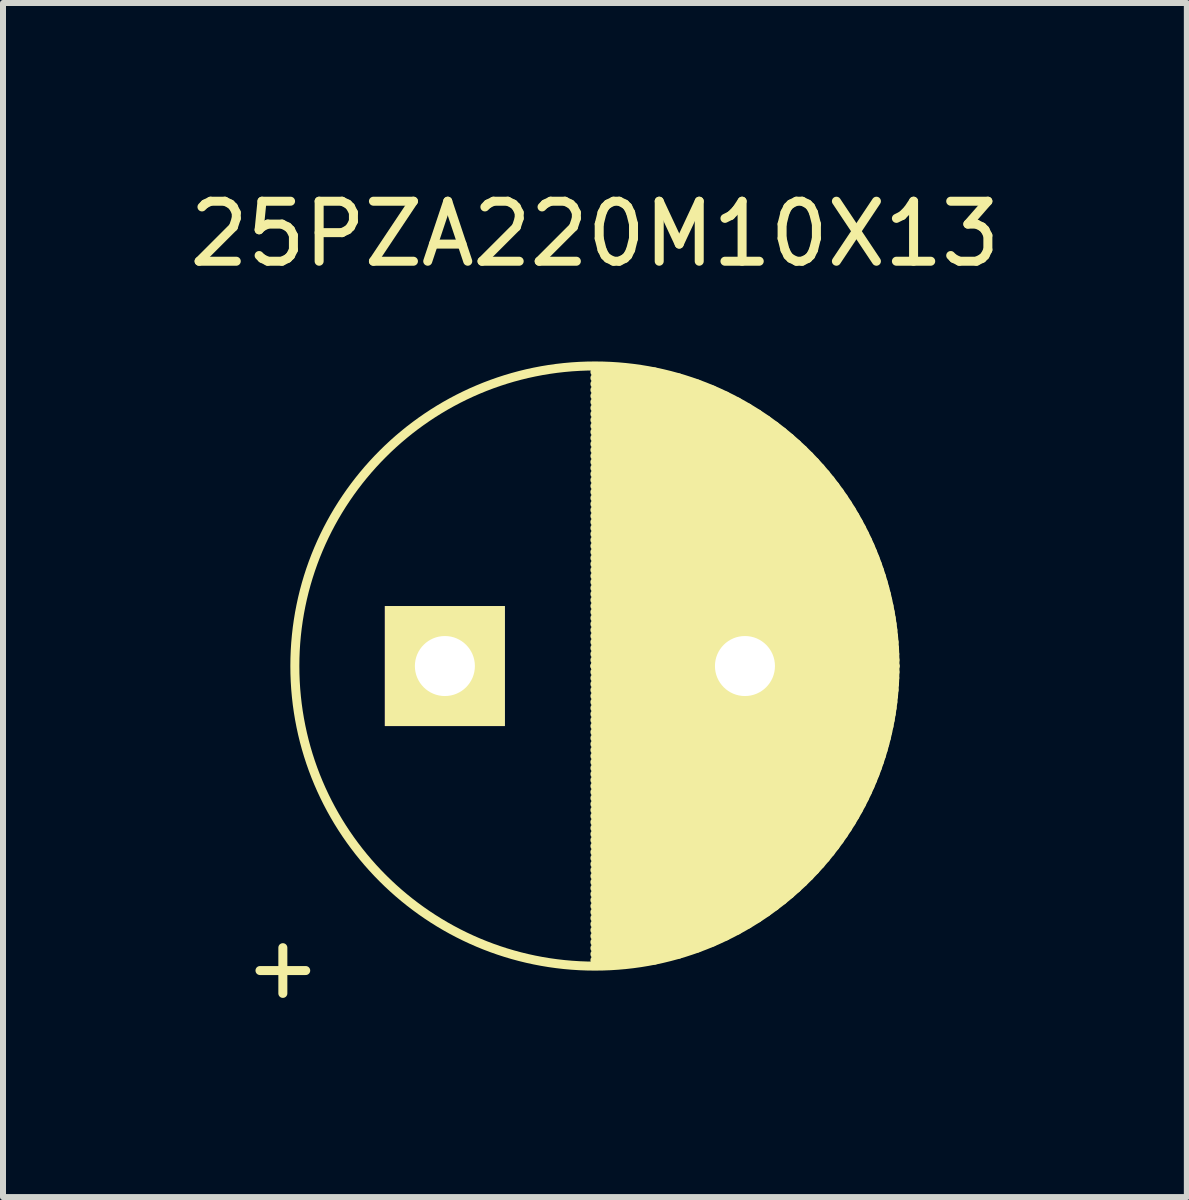
<source format=kicad_pcb>
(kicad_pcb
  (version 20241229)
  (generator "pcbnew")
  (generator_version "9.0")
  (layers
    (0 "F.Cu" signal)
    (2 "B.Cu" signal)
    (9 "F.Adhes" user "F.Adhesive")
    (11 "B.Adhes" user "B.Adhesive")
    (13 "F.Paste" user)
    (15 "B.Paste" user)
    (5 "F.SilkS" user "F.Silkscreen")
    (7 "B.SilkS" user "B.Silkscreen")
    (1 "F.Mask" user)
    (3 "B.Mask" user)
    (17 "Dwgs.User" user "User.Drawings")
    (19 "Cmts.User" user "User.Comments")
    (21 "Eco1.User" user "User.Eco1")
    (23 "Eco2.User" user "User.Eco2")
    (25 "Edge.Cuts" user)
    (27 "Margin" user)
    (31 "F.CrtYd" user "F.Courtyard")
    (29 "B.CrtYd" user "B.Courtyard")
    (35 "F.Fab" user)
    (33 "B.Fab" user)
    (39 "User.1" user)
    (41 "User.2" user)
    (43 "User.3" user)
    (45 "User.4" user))
  (footprint "25PZA220M10X13"
    (layer "F.Cu")
    (at 4.363 8.048)
    (property "Reference" "25PZA220M10X13" (at 2.5 -7.2 0) (layer "F.SilkS") (effects (font (size 1 1) (thickness 0.15))))
    (attr through_hole)
    (fp_line (start 2.5 -4.9) (end 3.495 -4.9) (stroke (width 0.15) (type solid)) (layer "F.SilkS"))
    (fp_line (start 2.5 -4.8) (end 3.9 -4.8) (stroke (width 0.15) (type solid)) (layer "F.SilkS"))
    (fp_line (start 2.5 -4.7) (end 4.206 -4.7) (stroke (width 0.15) (type solid)) (layer "F.SilkS"))
    (fp_line (start 2.5 -4.6) (end 4.46 -4.6) (stroke (width 0.15) (type solid)) (layer "F.SilkS"))
    (fp_line (start 2.5 -4.5) (end 4.679 -4.5) (stroke (width 0.15) (type solid)) (layer "F.SilkS"))
    (fp_line (start 2.5 -4.4) (end 4.875 -4.4) (stroke (width 0.15) (type solid)) (layer "F.SilkS"))
    (fp_line (start 2.5 -4.3) (end 5.051 -4.3) (stroke (width 0.15) (type solid)) (layer "F.SilkS"))
    (fp_line (start 2.5 -4.2) (end 5.213 -4.2) (stroke (width 0.15) (type solid)) (layer "F.SilkS"))
    (fp_line (start 2.5 -4.1) (end 5.362 -4.1) (stroke (width 0.15) (type solid)) (layer "F.SilkS"))
    (fp_line (start 2.5 -4) (end 5.5 -4) (stroke (width 0.15) (type solid)) (layer "F.SilkS"))
    (fp_line (start 2.5 -3.9) (end 5.629 -3.9) (stroke (width 0.15) (type solid)) (layer "F.SilkS"))
    (fp_line (start 2.5 -3.8) (end 5.75 -3.8) (stroke (width 0.15) (type solid)) (layer "F.SilkS"))
    (fp_line (start 2.5 -3.7) (end 5.863 -3.7) (stroke (width 0.15) (type solid)) (layer "F.SilkS"))
    (fp_line (start 2.5 -3.6) (end 5.97 -3.6) (stroke (width 0.15) (type solid)) (layer "F.SilkS"))
    (fp_line (start 2.5 -3.5) (end 6.071 -3.5) (stroke (width 0.15) (type solid)) (layer "F.SilkS"))
    (fp_line (start 2.5 -3.4) (end 6.166 -3.4) (stroke (width 0.15) (type solid)) (layer "F.SilkS"))
    (fp_line (start 2.5 -3.3) (end 6.256 -3.3) (stroke (width 0.15) (type solid)) (layer "F.SilkS"))
    (fp_line (start 2.5 -3.2) (end 6.342 -3.2) (stroke (width 0.15) (type solid)) (layer "F.SilkS"))
    (fp_line (start 2.5 -3.1) (end 6.423 -3.1) (stroke (width 0.15) (type solid)) (layer "F.SilkS"))
    (fp_line (start 2.5 -3) (end 6.5 -3) (stroke (width 0.15) (type solid)) (layer "F.SilkS"))
    (fp_line (start 2.5 -2.9) (end 6.573 -2.9) (stroke (width 0.15) (type solid)) (layer "F.SilkS"))
    (fp_line (start 2.5 -2.8) (end 6.642 -2.8) (stroke (width 0.15) (type solid)) (layer "F.SilkS"))
    (fp_line (start 2.5 -2.7) (end 6.708 -2.7) (stroke (width 0.15) (type solid)) (layer "F.SilkS"))
    (fp_line (start 2.5 -2.6) (end 6.771 -2.6) (stroke (width 0.15) (type solid)) (layer "F.SilkS"))
    (fp_line (start 2.5 -2.5) (end 6.83 -2.5) (stroke (width 0.15) (type solid)) (layer "F.SilkS"))
    (fp_line (start 2.5 -2.4) (end 6.886 -2.4) (stroke (width 0.15) (type solid)) (layer "F.SilkS"))
    (fp_line (start 2.5 -2.3) (end 6.94 -2.3) (stroke (width 0.15) (type solid)) (layer "F.SilkS"))
    (fp_line (start 2.5 -2.2) (end 6.99 -2.2) (stroke (width 0.15) (type solid)) (layer "F.SilkS"))
    (fp_line (start 2.5 -2.1) (end 7.038 -2.1) (stroke (width 0.15) (type solid)) (layer "F.SilkS"))
    (fp_line (start 2.5 -2) (end 7.083 -2) (stroke (width 0.15) (type solid)) (layer "F.SilkS"))
    (fp_line (start 2.5 -1.9) (end 7.125 -1.9) (stroke (width 0.15) (type solid)) (layer "F.SilkS"))
    (fp_line (start 2.5 -1.8) (end 7.165 -1.8) (stroke (width 0.15) (type solid)) (layer "F.SilkS"))
    (fp_line (start 2.5 -1.7) (end 7.202 -1.7) (stroke (width 0.15) (type solid)) (layer "F.SilkS"))
    (fp_line (start 2.5 -1.6) (end 7.237 -1.6) (stroke (width 0.15) (type solid)) (layer "F.SilkS"))
    (fp_line (start 2.5 -1.5) (end 7.27 -1.5) (stroke (width 0.15) (type solid)) (layer "F.SilkS"))
    (fp_line (start 2.5 -1.4) (end 7.3 -1.4) (stroke (width 0.15) (type solid)) (layer "F.SilkS"))
    (fp_line (start 2.5 -1.3) (end 7.328 -1.3) (stroke (width 0.15) (type solid)) (layer "F.SilkS"))
    (fp_line (start 2.5 -1.2) (end 7.354 -1.2) (stroke (width 0.15) (type solid)) (layer "F.SilkS"))
    (fp_line (start 2.5 -1.1) (end 7.377 -1.1) (stroke (width 0.15) (type solid)) (layer "F.SilkS"))
    (fp_line (start 2.5 -1) (end 7.399 -1) (stroke (width 0.15) (type solid)) (layer "F.SilkS"))
    (fp_line (start 2.5 -0.9) (end 7.418 -0.9) (stroke (width 0.15) (type solid)) (layer "F.SilkS"))
    (fp_line (start 2.5 -0.8) (end 7.436 -0.8) (stroke (width 0.15) (type solid)) (layer "F.SilkS"))
    (fp_line (start 2.5 -0.7) (end 7.451 -0.7) (stroke (width 0.15) (type solid)) (layer "F.SilkS"))
    (fp_line (start 2.5 -0.6) (end 7.464 -0.6) (stroke (width 0.15) (type solid)) (layer "F.SilkS"))
    (fp_line (start 2.5 -0.5) (end 7.475 -0.5) (stroke (width 0.15) (type solid)) (layer "F.SilkS"))
    (fp_line (start 2.5 -0.4) (end 7.484 -0.4) (stroke (width 0.15) (type solid)) (layer "F.SilkS"))
    (fp_line (start 2.5 -0.3) (end 7.491 -0.3) (stroke (width 0.15) (type solid)) (layer "F.SilkS"))
    (fp_line (start 2.5 -0.2) (end 7.496 -0.2) (stroke (width 0.15) (type solid)) (layer "F.SilkS"))
    (fp_line (start 2.5 -0.1) (end 7.499 -0.1) (stroke (width 0.15) (type solid)) (layer "F.SilkS"))
    (fp_line (start 2.5 0) (end 7.5 0) (stroke (width 0.15) (type solid)) (layer "F.SilkS"))
    (fp_line (start 2.5 0) (end 7.5 0) (stroke (width 0.15) (type solid)) (layer "F.SilkS"))
    (fp_line (start 2.5 0.1) (end 7.499 0.1) (stroke (width 0.15) (type solid)) (layer "F.SilkS"))
    (fp_line (start 2.5 0.2) (end 7.496 0.2) (stroke (width 0.15) (type solid)) (layer "F.SilkS"))
    (fp_line (start 2.5 0.3) (end 7.491 0.3) (stroke (width 0.15) (type solid)) (layer "F.SilkS"))
    (fp_line (start 2.5 0.4) (end 7.484 0.4) (stroke (width 0.15) (type solid)) (layer "F.SilkS"))
    (fp_line (start 2.5 0.5) (end 7.475 0.5) (stroke (width 0.15) (type solid)) (layer "F.SilkS"))
    (fp_line (start 2.5 0.6) (end 7.464 0.6) (stroke (width 0.15) (type solid)) (layer "F.SilkS"))
    (fp_line (start 2.5 0.7) (end 7.451 0.7) (stroke (width 0.15) (type solid)) (layer "F.SilkS"))
    (fp_line (start 2.5 0.8) (end 7.436 0.8) (stroke (width 0.15) (type solid)) (layer "F.SilkS"))
    (fp_line (start 2.5 0.9) (end 7.418 0.9) (stroke (width 0.15) (type solid)) (layer "F.SilkS"))
    (fp_line (start 2.5 1) (end 7.399 1) (stroke (width 0.15) (type solid)) (layer "F.SilkS"))
    (fp_line (start 2.5 1.1) (end 7.377 1.1) (stroke (width 0.15) (type solid)) (layer "F.SilkS"))
    (fp_line (start 2.5 1.2) (end 7.354 1.2) (stroke (width 0.15) (type solid)) (layer "F.SilkS"))
    (fp_line (start 2.5 1.3) (end 7.328 1.3) (stroke (width 0.15) (type solid)) (layer "F.SilkS"))
    (fp_line (start 2.5 1.4) (end 7.3 1.4) (stroke (width 0.15) (type solid)) (layer "F.SilkS"))
    (fp_line (start 2.5 1.5) (end 7.27 1.5) (stroke (width 0.15) (type solid)) (layer "F.SilkS"))
    (fp_line (start 2.5 1.6) (end 7.237 1.6) (stroke (width 0.15) (type solid)) (layer "F.SilkS"))
    (fp_line (start 2.5 1.7) (end 7.202 1.7) (stroke (width 0.15) (type solid)) (layer "F.SilkS"))
    (fp_line (start 2.5 1.8) (end 7.165 1.8) (stroke (width 0.15) (type solid)) (layer "F.SilkS"))
    (fp_line (start 2.5 1.9) (end 7.125 1.9) (stroke (width 0.15) (type solid)) (layer "F.SilkS"))
    (fp_line (start 2.5 2) (end 7.083 2) (stroke (width 0.15) (type solid)) (layer "F.SilkS"))
    (fp_line (start 2.5 2.1) (end 7.038 2.1) (stroke (width 0.15) (type solid)) (layer "F.SilkS"))
    (fp_line (start 2.5 2.2) (end 6.99 2.2) (stroke (width 0.15) (type solid)) (layer "F.SilkS"))
    (fp_line (start 2.5 2.3) (end 6.94 2.3) (stroke (width 0.15) (type solid)) (layer "F.SilkS"))
    (fp_line (start 2.5 2.4) (end 6.886 2.4) (stroke (width 0.15) (type solid)) (layer "F.SilkS"))
    (fp_line (start 2.5 2.5) (end 6.83 2.5) (stroke (width 0.15) (type solid)) (layer "F.SilkS"))
    (fp_line (start 2.5 2.6) (end 6.771 2.6) (stroke (width 0.15) (type solid)) (layer "F.SilkS"))
    (fp_line (start 2.5 2.7) (end 6.708 2.7) (stroke (width 0.15) (type solid)) (layer "F.SilkS"))
    (fp_line (start 2.5 2.8) (end 6.642 2.8) (stroke (width 0.15) (type solid)) (layer "F.SilkS"))
    (fp_line (start 2.5 2.9) (end 6.573 2.9) (stroke (width 0.15) (type solid)) (layer "F.SilkS"))
    (fp_line (start 2.5 3) (end 6.5 3) (stroke (width 0.15) (type solid)) (layer "F.SilkS"))
    (fp_line (start 2.5 3.1) (end 6.423 3.1) (stroke (width 0.15) (type solid)) (layer "F.SilkS"))
    (fp_line (start 2.5 3.2) (end 6.342 3.2) (stroke (width 0.15) (type solid)) (layer "F.SilkS"))
    (fp_line (start 2.5 3.3) (end 6.256 3.3) (stroke (width 0.15) (type solid)) (layer "F.SilkS"))
    (fp_line (start 2.5 3.4) (end 6.166 3.4) (stroke (width 0.15) (type solid)) (layer "F.SilkS"))
    (fp_line (start 2.5 3.5) (end 6.071 3.5) (stroke (width 0.15) (type solid)) (layer "F.SilkS"))
    (fp_line (start 2.5 3.6) (end 5.97 3.6) (stroke (width 0.15) (type solid)) (layer "F.SilkS"))
    (fp_line (start 2.5 3.7) (end 5.863 3.7) (stroke (width 0.15) (type solid)) (layer "F.SilkS"))
    (fp_line (start 2.5 3.8) (end 5.75 3.8) (stroke (width 0.15) (type solid)) (layer "F.SilkS"))
    (fp_line (start 2.5 3.9) (end 5.629 3.9) (stroke (width 0.15) (type solid)) (layer "F.SilkS"))
    (fp_line (start 2.5 4) (end 5.5 4) (stroke (width 0.15) (type solid)) (layer "F.SilkS"))
    (fp_line (start 2.5 4.1) (end 5.362 4.1) (stroke (width 0.15) (type solid)) (layer "F.SilkS"))
    (fp_line (start 2.5 4.2) (end 5.213 4.2) (stroke (width 0.15) (type solid)) (layer "F.SilkS"))
    (fp_line (start 2.5 4.3) (end 5.051 4.3) (stroke (width 0.15) (type solid)) (layer "F.SilkS"))
    (fp_line (start 2.5 4.4) (end 4.875 4.4) (stroke (width 0.15) (type solid)) (layer "F.SilkS"))
    (fp_line (start 2.5 4.5) (end 4.679 4.5) (stroke (width 0.15) (type solid)) (layer "F.SilkS"))
    (fp_line (start 2.5 4.6) (end 4.46 4.6) (stroke (width 0.15) (type solid)) (layer "F.SilkS"))
    (fp_line (start 2.5 4.7) (end 4.206 4.7) (stroke (width 0.15) (type solid)) (layer "F.SilkS"))
    (fp_line (start 2.5 4.8) (end 3.9 4.8) (stroke (width 0.15) (type solid)) (layer "F.SilkS"))
    (fp_line (start 2.5 4.9) (end 3.495 4.9) (stroke (width 0.15) (type solid)) (layer "F.SilkS"))
    (fp_circle (center 2.5 0) (end 2.5 -5) (stroke (width 0.15) (type solid)) (fill no) (layer "F.SilkS"))
    (fp_text user "+" (at -2.7 5 0) (layer "F.SilkS") (effects (font (size 1 1) (thickness 0.15))))
    (pad "1" thru_hole rect (at 0 0) (size 2 2) (drill 1) (layers "*.Cu" "*.Mask" "F.SilkS"))
    (pad "2" thru_hole circle (at 5 0) (size 2 2) (drill 1) (layers "*.Cu" "*.Mask" "F.SilkS")))
  (gr_rect
    (start -3 -3)
    (end 16.726 16.896)
    (stroke (width 0.1) (type default))
    (fill no)
    (layer "Edge.Cuts")))
</source>
